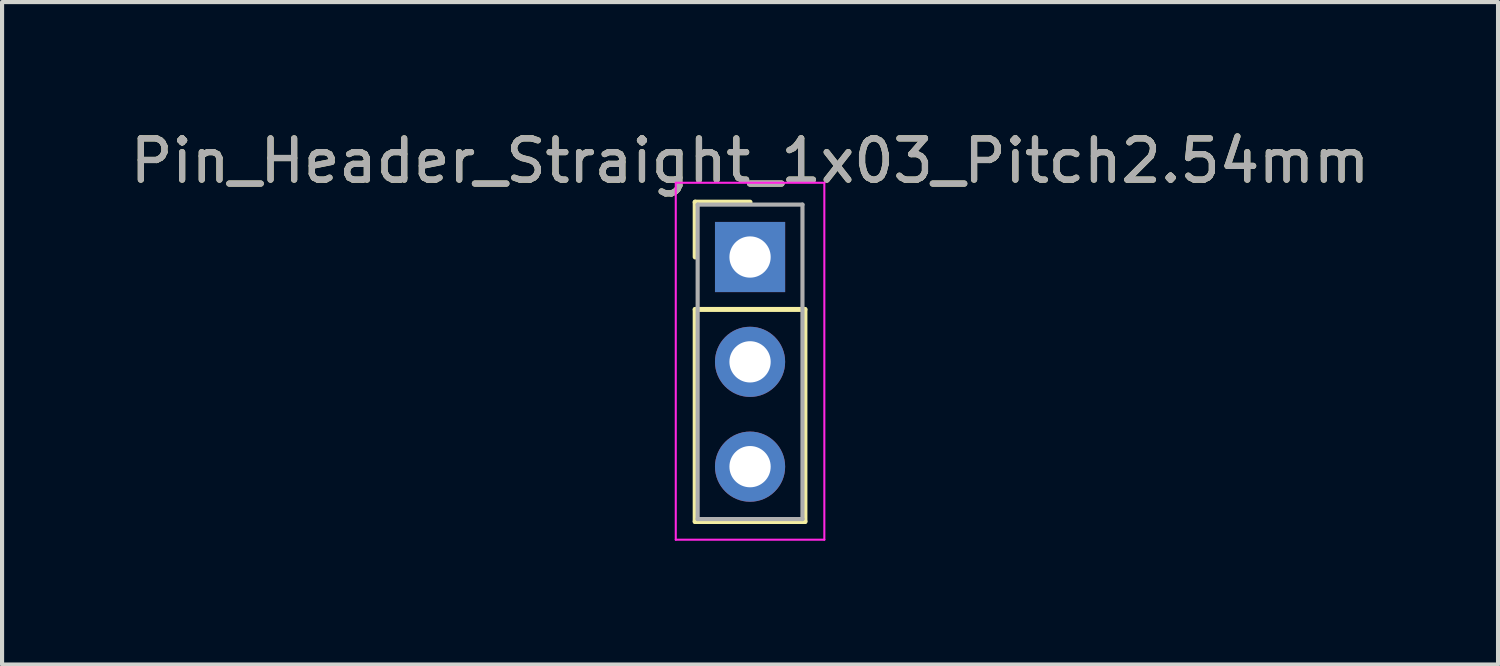
<source format=kicad_pcb>
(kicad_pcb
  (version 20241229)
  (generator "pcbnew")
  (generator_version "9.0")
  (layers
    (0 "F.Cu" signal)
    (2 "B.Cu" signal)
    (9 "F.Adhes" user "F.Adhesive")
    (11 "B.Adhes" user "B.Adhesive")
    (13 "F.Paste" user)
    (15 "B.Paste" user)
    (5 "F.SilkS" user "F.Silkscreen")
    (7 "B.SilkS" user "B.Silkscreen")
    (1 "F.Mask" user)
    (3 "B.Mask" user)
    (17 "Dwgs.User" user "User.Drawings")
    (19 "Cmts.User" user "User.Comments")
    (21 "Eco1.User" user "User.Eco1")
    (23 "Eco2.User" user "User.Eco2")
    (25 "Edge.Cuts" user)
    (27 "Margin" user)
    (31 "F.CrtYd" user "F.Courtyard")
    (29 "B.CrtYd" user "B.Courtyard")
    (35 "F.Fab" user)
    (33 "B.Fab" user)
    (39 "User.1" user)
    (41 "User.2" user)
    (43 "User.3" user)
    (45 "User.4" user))
  (footprint "Pin_Header_Straight_1x03_Pitch2.54mm"
    (layer "F.Cu")
    (at 15.125 3.178)
    (property "Reference" "Pin_Header_Straight_1x03_Pitch2.54mm" (at 0 -2.33 0) (layer "F.SilkS") (effects (font (size 1 1) (thickness 0.15))))
    (attr through_hole)
    (fp_line (start -1.33 -1.33) (end 0 -1.33) (stroke (width 0.12) (type solid)) (layer "F.SilkS"))
    (fp_line (start -1.33 0) (end -1.33 -1.33) (stroke (width 0.12) (type solid)) (layer "F.SilkS"))
    (fp_line (start -1.33 1.27) (end -1.33 6.41) (stroke (width 0.12) (type solid)) (layer "F.SilkS"))
    (fp_line (start -1.33 6.41) (end 1.33 6.41) (stroke (width 0.12) (type solid)) (layer "F.SilkS"))
    (fp_line (start 1.33 1.27) (end -1.33 1.27) (stroke (width 0.12) (type solid)) (layer "F.SilkS"))
    (fp_line (start 1.33 6.41) (end 1.33 1.27) (stroke (width 0.12) (type solid)) (layer "F.SilkS"))
    (fp_line (start -1.8 -1.8) (end -1.8 6.85) (stroke (width 0.05) (type solid)) (layer "F.CrtYd"))
    (fp_line (start -1.8 6.85) (end 1.8 6.85) (stroke (width 0.05) (type solid)) (layer "F.CrtYd"))
    (fp_line (start 1.8 -1.8) (end -1.8 -1.8) (stroke (width 0.05) (type solid)) (layer "F.CrtYd"))
    (fp_line (start 1.8 6.85) (end 1.8 -1.8) (stroke (width 0.05) (type solid)) (layer "F.CrtYd"))
    (fp_line (start -1.27 -1.27) (end -1.27 6.35) (stroke (width 0.1) (type solid)) (layer "F.Fab"))
    (fp_line (start -1.27 6.35) (end 1.27 6.35) (stroke (width 0.1) (type solid)) (layer "F.Fab"))
    (fp_line (start 1.27 -1.27) (end -1.27 -1.27) (stroke (width 0.1) (type solid)) (layer "F.Fab"))
    (fp_line (start 1.27 6.35) (end 1.27 -1.27) (stroke (width 0.1) (type solid)) (layer "F.Fab"))
    (fp_text user "${REFERENCE}" (at 0 -2.33 0) (layer "F.Fab") (effects (font (size 1 1) (thickness 0.15))))
    (pad "1" thru_hole rect (at 0 0) (size 1.7 1.7) (drill 1) (layers "*.Cu" "*.Mask"))
    (pad "2" thru_hole oval (at 0 2.54) (size 1.7 1.7) (drill 1) (layers "*.Cu" "*.Mask"))
    (pad "3" thru_hole oval (at 0 5.08) (size 1.7 1.7) (drill 1) (layers "*.Cu" "*.Mask")))
  (gr_rect
    (start -3 -3)
    (end 33.25 13.053)
    (stroke (width 0.1) (type default))
    (fill no)
    (layer "Edge.Cuts")))
</source>
